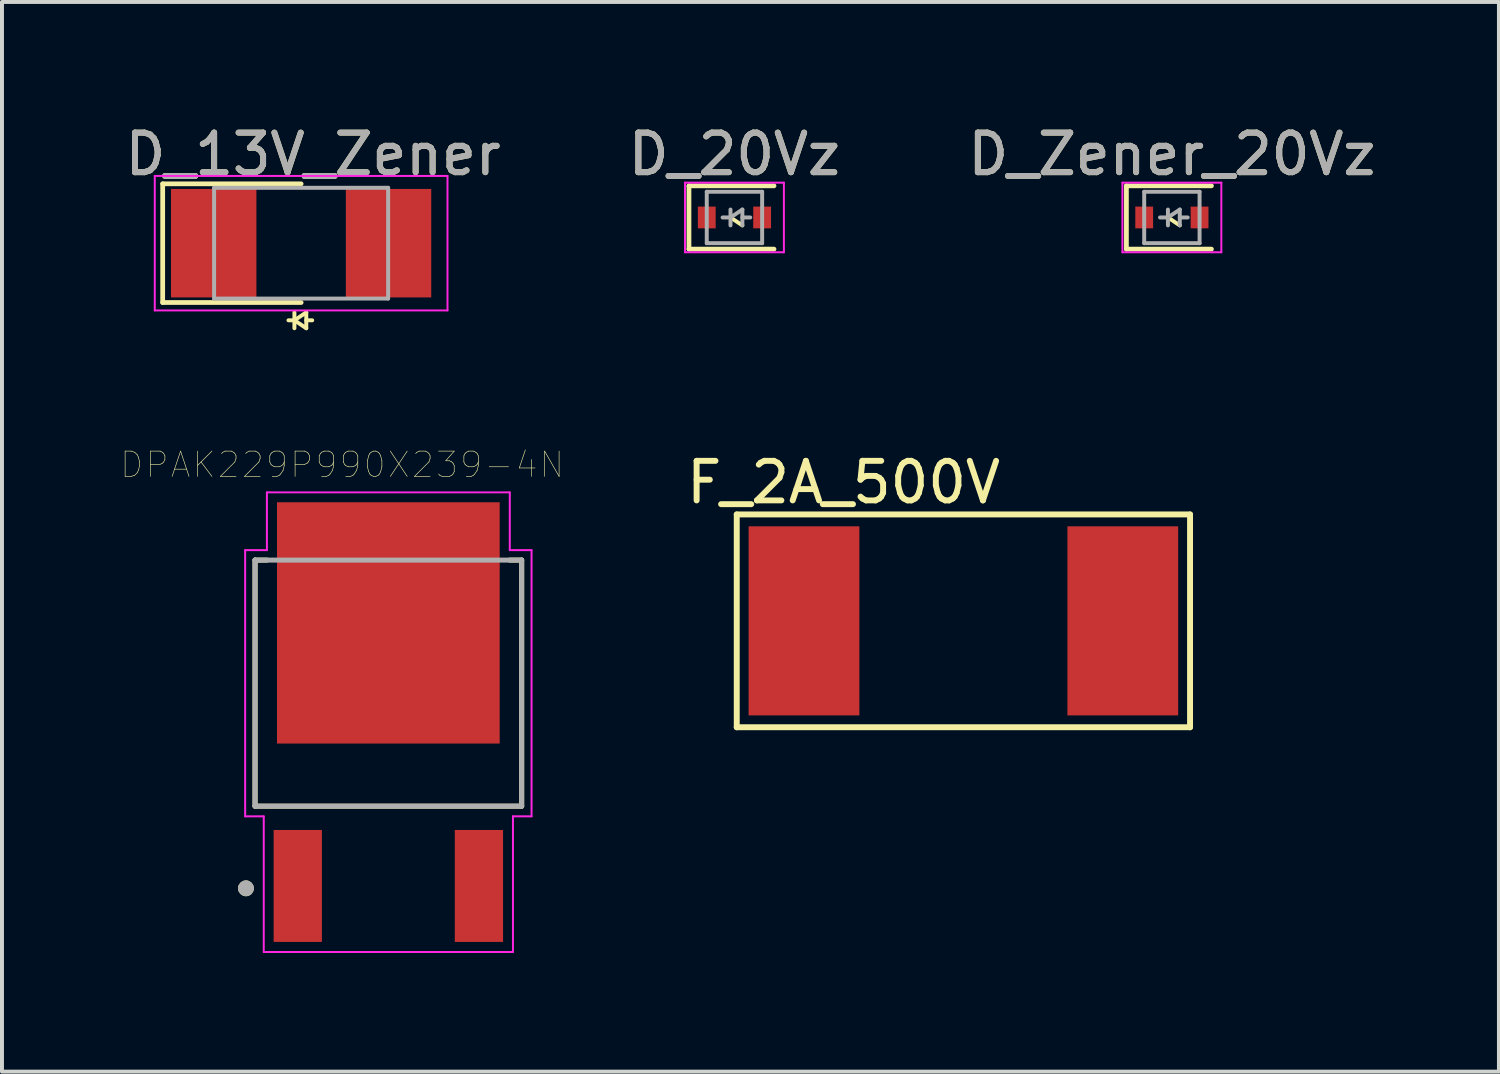
<source format=kicad_pcb>
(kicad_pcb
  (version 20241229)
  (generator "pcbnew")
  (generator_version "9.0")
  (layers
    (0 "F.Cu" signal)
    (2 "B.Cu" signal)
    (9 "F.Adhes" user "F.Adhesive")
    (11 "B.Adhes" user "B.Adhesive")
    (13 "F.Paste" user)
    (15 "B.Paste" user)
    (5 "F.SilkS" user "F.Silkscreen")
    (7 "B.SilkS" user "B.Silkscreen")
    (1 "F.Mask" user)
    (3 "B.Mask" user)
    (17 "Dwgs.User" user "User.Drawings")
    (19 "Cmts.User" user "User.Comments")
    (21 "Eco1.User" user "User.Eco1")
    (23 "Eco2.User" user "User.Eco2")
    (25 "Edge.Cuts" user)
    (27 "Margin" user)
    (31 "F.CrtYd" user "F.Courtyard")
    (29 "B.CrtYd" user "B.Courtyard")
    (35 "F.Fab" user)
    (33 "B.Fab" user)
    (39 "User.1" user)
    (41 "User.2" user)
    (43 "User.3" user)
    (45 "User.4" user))
  (footprint "D_Zener_20Vz"
    (layer "F.Cu")
    (at 26.577 2.448)
    (property "Reference" "D_Zener_20Vz" (at 0 -1.6 0) (layer "F.SilkS") (effects (font (size 1 1) (thickness 0.15))))
    (attr smd)
    (fp_line (start -1.15 -0.8) (end -1.15 0.8) (stroke (width 0.12) (type solid)) (layer "F.SilkS"))
    (fp_line (start -1.15 -0.8) (end 1 -0.8) (stroke (width 0.12) (type solid)) (layer "F.SilkS"))
    (fp_line (start -1.15 0.8) (end 1 0.8) (stroke (width 0.12) (type solid)) (layer "F.SilkS"))
    (fp_line (start -0.1 0) (end 0.2 0.2) (stroke (width 0.1) (type solid)) (layer "F.SilkS"))
    (fp_line (start -1.25 -0.88) (end 1.25 -0.88) (stroke (width 0.05) (type solid)) (layer "F.CrtYd"))
    (fp_line (start -1.25 0.88) (end -1.25 -0.88) (stroke (width 0.05) (type solid)) (layer "F.CrtYd"))
    (fp_line (start 1.25 -0.88) (end 1.25 0.88) (stroke (width 0.05) (type solid)) (layer "F.CrtYd"))
    (fp_line (start 1.25 0.88) (end -1.25 0.88) (stroke (width 0.05) (type solid)) (layer "F.CrtYd"))
    (fp_line (start -0.7 -0.65) (end 0.7 -0.65) (stroke (width 0.1) (type solid)) (layer "F.Fab"))
    (fp_line (start -0.7 0.65) (end -0.7 -0.65) (stroke (width 0.1) (type solid)) (layer "F.Fab"))
    (fp_line (start -0.7 0.65) (end 0.7 0.65) (stroke (width 0.1) (type solid)) (layer "F.Fab"))
    (fp_line (start -0.1 -0.2) (end -0.1 0.2) (stroke (width 0.1) (type solid)) (layer "F.Fab"))
    (fp_line (start -0.1 0) (end -0.3 0) (stroke (width 0.1) (type solid)) (layer "F.Fab"))
    (fp_line (start 0.2 -0.2) (end -0.1 0) (stroke (width 0.1) (type solid)) (layer "F.Fab"))
    (fp_line (start 0.2 0) (end 0.4 0) (stroke (width 0.1) (type solid)) (layer "F.Fab"))
    (fp_line (start 0.2 0.2) (end 0.2 -0.2) (stroke (width 0.1) (type solid)) (layer "F.Fab"))
    (fp_line (start 0.7 -0.65) (end 0.7 0.65) (stroke (width 0.1) (type solid)) (layer "F.Fab"))
    (fp_text user "${REFERENCE}" (at 0 -1.6 0) (layer "F.Fab") (effects (font (size 1 1) (thickness 0.15))))
    (pad "1" smd rect (at -0.7 0) (size 0.45 0.55) (layers "F.Cu" "F.Mask" "F.Paste"))
    (pad "2" smd rect (at 0.7 0) (size 0.45 0.55) (layers "F.Cu" "F.Mask" "F.Paste")))
  (footprint "F_2A_500V"
    (layer "F.Cu")
    (at 17.276 12.646)
    (property "Reference" "F_2A_500V" (at 1 -3.5 0) (layer "F.SilkS") (effects (font (size 1 1) (thickness 0.15))))
    (attr through_hole)
    (fp_line (start -1.7 -2.69) (end 9.76 -2.69) (stroke (width 0.15) (type solid)) (layer "F.SilkS"))
    (fp_line (start -1.7 2.69) (end -1.7 -2.69) (stroke (width 0.15) (type solid)) (layer "F.SilkS"))
    (fp_line (start 9.76 -2.69) (end 9.76 2.69) (stroke (width 0.15) (type solid)) (layer "F.SilkS"))
    (fp_line (start 9.76 2.69) (end -1.7 2.69) (stroke (width 0.15) (type solid)) (layer "F.SilkS"))
    (pad "1" smd rect (at 0 0) (size 2.8 4.78) (layers "F.Cu" "F.Mask" "F.Paste"))
    (pad "2" smd rect (at 8.06 0) (size 2.8 4.78) (layers "F.Cu" "F.Mask" "F.Paste")))
  (footprint "D_13V_Zener"
    (layer "F.Cu")
    (at 4.563 3.098)
    (property "Reference" "D_13V_Zener" (at 0.3 -2.25 0) (layer "F.SilkS") (effects (font (size 1 1) (thickness 0.15))))
    (attr smd)
    (fp_line (start -3.5 -1.5) (end -3.5 1.5) (stroke (width 0.12) (type solid)) (layer "F.SilkS"))
    (fp_line (start -3.5 -1.5) (end 0 -1.5) (stroke (width 0.12) (type solid)) (layer "F.SilkS"))
    (fp_line (start -3.5 1.5) (end 0 1.5) (stroke (width 0.12) (type solid)) (layer "F.SilkS"))
    (fp_line (start -0.17 1.95) (end -0.32 1.95) (stroke (width 0.1) (type solid)) (layer "F.SilkS"))
    (fp_line (start -0.17 1.95) (end 0.13 2.15) (stroke (width 0.1) (type solid)) (layer "F.SilkS"))
    (fp_line (start -0.17 2.15) (end -0.17 1.75) (stroke (width 0.1) (type solid)) (layer "F.SilkS"))
    (fp_line (start 0.13 1.75) (end -0.17 1.95) (stroke (width 0.1) (type solid)) (layer "F.SilkS"))
    (fp_line (start 0.13 1.95) (end 0.28 1.95) (stroke (width 0.1) (type solid)) (layer "F.SilkS"))
    (fp_line (start 0.13 2.15) (end 0.13 1.75) (stroke (width 0.1) (type solid)) (layer "F.SilkS"))
    (fp_line (start -3.7 -1.7) (end 3.7 -1.7) (stroke (width 0.05) (type solid)) (layer "F.CrtYd"))
    (fp_line (start -3.7 1.7) (end -3.7 -1.7) (stroke (width 0.05) (type solid)) (layer "F.CrtYd"))
    (fp_line (start -3.7 1.7) (end 3.7 1.7) (stroke (width 0.05) (type solid)) (layer "F.CrtYd"))
    (fp_line (start 3.7 -1.7) (end 3.7 1.7) (stroke (width 0.05) (type solid)) (layer "F.CrtYd"))
    (fp_line (start -2.2 -1.4) (end 2.2 -1.4) (stroke (width 0.1) (type solid)) (layer "F.Fab"))
    (fp_line (start -2.2 1.4) (end -2.2 -1.4) (stroke (width 0.1) (type solid)) (layer "F.Fab"))
    (fp_line (start 2.2 -1.4) (end 2.2 1.4) (stroke (width 0.1) (type solid)) (layer "F.Fab"))
    (fp_line (start 2.2 1.4) (end -2.2 1.4) (stroke (width 0.1) (type solid)) (layer "F.Fab"))
    (fp_text user "${REFERENCE}" (at 0.3 -2.25 0) (layer "F.Fab") (effects (font (size 1 1) (thickness 0.15))))
    (pad "1" smd rect (at -2.21 0 180) (size 2.159 2.743) (layers "F.Cu" "F.Mask" "F.Paste"))
    (pad "2" smd rect (at 2.21 0 180) (size 2.159 2.743) (layers "F.Cu" "F.Mask" "F.Paste")))
  (footprint "D_20Vz"
    (layer "F.Cu")
    (at 15.518 2.448)
    (property "Reference" "D_20Vz" (at 0 -1.6 0) (layer "F.SilkS") (effects (font (size 1 1) (thickness 0.15))))
    (attr smd)
    (fp_line (start -1.15 -0.8) (end -1.15 0.8) (stroke (width 0.12) (type solid)) (layer "F.SilkS"))
    (fp_line (start -1.15 -0.8) (end 1 -0.8) (stroke (width 0.12) (type solid)) (layer "F.SilkS"))
    (fp_line (start -1.15 0.8) (end 1 0.8) (stroke (width 0.12) (type solid)) (layer "F.SilkS"))
    (fp_line (start -0.1 0) (end 0.2 0.2) (stroke (width 0.1) (type solid)) (layer "F.SilkS"))
    (fp_line (start -1.25 -0.88) (end 1.25 -0.88) (stroke (width 0.05) (type solid)) (layer "F.CrtYd"))
    (fp_line (start -1.25 0.88) (end -1.25 -0.88) (stroke (width 0.05) (type solid)) (layer "F.CrtYd"))
    (fp_line (start 1.25 -0.88) (end 1.25 0.88) (stroke (width 0.05) (type solid)) (layer "F.CrtYd"))
    (fp_line (start 1.25 0.88) (end -1.25 0.88) (stroke (width 0.05) (type solid)) (layer "F.CrtYd"))
    (fp_line (start -0.7 -0.65) (end 0.7 -0.65) (stroke (width 0.1) (type solid)) (layer "F.Fab"))
    (fp_line (start -0.7 0.65) (end -0.7 -0.65) (stroke (width 0.1) (type solid)) (layer "F.Fab"))
    (fp_line (start -0.7 0.65) (end 0.7 0.65) (stroke (width 0.1) (type solid)) (layer "F.Fab"))
    (fp_line (start -0.1 -0.2) (end -0.1 0.2) (stroke (width 0.1) (type solid)) (layer "F.Fab"))
    (fp_line (start -0.1 0) (end -0.3 0) (stroke (width 0.1) (type solid)) (layer "F.Fab"))
    (fp_line (start 0.2 -0.2) (end -0.1 0) (stroke (width 0.1) (type solid)) (layer "F.Fab"))
    (fp_line (start 0.2 0) (end 0.4 0) (stroke (width 0.1) (type solid)) (layer "F.Fab"))
    (fp_line (start 0.2 0.2) (end 0.2 -0.2) (stroke (width 0.1) (type solid)) (layer "F.Fab"))
    (fp_line (start 0.7 -0.65) (end 0.7 0.65) (stroke (width 0.1) (type solid)) (layer "F.Fab"))
    (fp_text user "${REFERENCE}" (at 0 -1.6 0) (layer "F.Fab") (effects (font (size 1 1) (thickness 0.15))))
    (pad "1" smd rect (at -0.7 0) (size 0.45 0.55) (layers "F.Cu" "F.Mask" "F.Paste"))
    (pad "2" smd rect (at 0.7 0) (size 0.45 0.55) (layers "F.Cu" "F.Mask" "F.Paste")))
  (footprint "DPAK229P990X239-4N"
    (layer "F.Cu")
    (at 6.768 15.208)
    (property "Reference" "DPAK229P990X239-4N" (at -1.169 -6.509 0) (layer "F.SilkS") (effects (font (size 0.64 0.64) (thickness 0.015))))
    (attr through_hole)
    (fp_line (start -3.37 -4.098) (end -3.37 2.123) (stroke (width 0.127) (type solid)) (layer "F.SilkS"))
    (fp_line (start -3.37 2.123) (end 3.37 2.123) (stroke (width 0.127) (type solid)) (layer "F.SilkS"))
    (fp_line (start -3.07 -4.098) (end -3.37 -4.098) (stroke (width 0.127) (type solid)) (layer "F.SilkS"))
    (fp_line (start 3.37 -4.098) (end 3.07 -4.098) (stroke (width 0.127) (type solid)) (layer "F.SilkS"))
    (fp_line (start 3.37 2.123) (end 3.37 -4.098) (stroke (width 0.127) (type solid)) (layer "F.SilkS"))
    (fp_circle (center -3.6 4.2) (end -3.5 4.2) (stroke (width 0.2) (type solid)) (fill no) (layer "F.SilkS"))
    (fp_poly (pts (xy -1.733 -4.16) (xy 1.73 -4.16) (xy 1.73 -0.861) (xy -1.733 -0.861)) (stroke (width 0.01) (type solid)) (fill yes) (layer "F.Paste"))
    (fp_line (start -3.62 -4.35) (end -3.62 2.38) (stroke (width 0.05) (type solid)) (layer "F.CrtYd"))
    (fp_line (start -3.62 2.38) (end -3.15 2.38) (stroke (width 0.05) (type solid)) (layer "F.CrtYd"))
    (fp_line (start -3.15 2.38) (end -3.15 5.81) (stroke (width 0.05) (type solid)) (layer "F.CrtYd"))
    (fp_line (start -3.15 5.81) (end 3.15 5.81) (stroke (width 0.05) (type solid)) (layer "F.CrtYd"))
    (fp_line (start -3.07 -5.81) (end -3.07 -4.35) (stroke (width 0.05) (type solid)) (layer "F.CrtYd"))
    (fp_line (start -3.07 -4.35) (end -3.62 -4.35) (stroke (width 0.05) (type solid)) (layer "F.CrtYd"))
    (fp_line (start 3.07 -5.81) (end -3.07 -5.81) (stroke (width 0.05) (type solid)) (layer "F.CrtYd"))
    (fp_line (start 3.07 -4.35) (end 3.07 -5.81) (stroke (width 0.05) (type solid)) (layer "F.CrtYd"))
    (fp_line (start 3.15 2.38) (end 3.62 2.38) (stroke (width 0.05) (type solid)) (layer "F.CrtYd"))
    (fp_line (start 3.15 5.81) (end 3.15 2.38) (stroke (width 0.05) (type solid)) (layer "F.CrtYd"))
    (fp_line (start 3.62 -4.35) (end 3.07 -4.35) (stroke (width 0.05) (type solid)) (layer "F.CrtYd"))
    (fp_line (start 3.62 2.38) (end 3.62 -4.35) (stroke (width 0.05) (type solid)) (layer "F.CrtYd"))
    (fp_line (start -3.37 -4.098) (end 3.37 -4.098) (stroke (width 0.127) (type solid)) (layer "F.Fab"))
    (fp_line (start -3.37 2.123) (end -3.37 -4.098) (stroke (width 0.127) (type solid)) (layer "F.Fab"))
    (fp_line (start 3.37 -4.098) (end 3.37 2.123) (stroke (width 0.127) (type solid)) (layer "F.Fab"))
    (fp_line (start 3.37 2.123) (end -3.37 2.123) (stroke (width 0.127) (type solid)) (layer "F.Fab"))
    (fp_circle (center -3.6 4.2) (end -3.5 4.2) (stroke (width 0.2) (type solid)) (fill no) (layer "F.Fab"))
    (pad "1" smd rect (at -2.29 4.14) (size 1.22 2.83) (layers "F.Cu" "F.Mask" "F.Paste"))
    (pad "3" smd rect (at 2.29 4.14) (size 1.22 2.83) (layers "F.Cu" "F.Mask" "F.Paste"))
    (pad "4" smd rect (at 0 -2.51) (size 5.63 6.1) (layers "F.Cu" "F.Mask")))
  (gr_rect
    (start -3 -3)
    (end 34.845 24.043)
    (stroke (width 0.1) (type default))
    (fill no)
    (layer "Edge.Cuts")))
</source>
